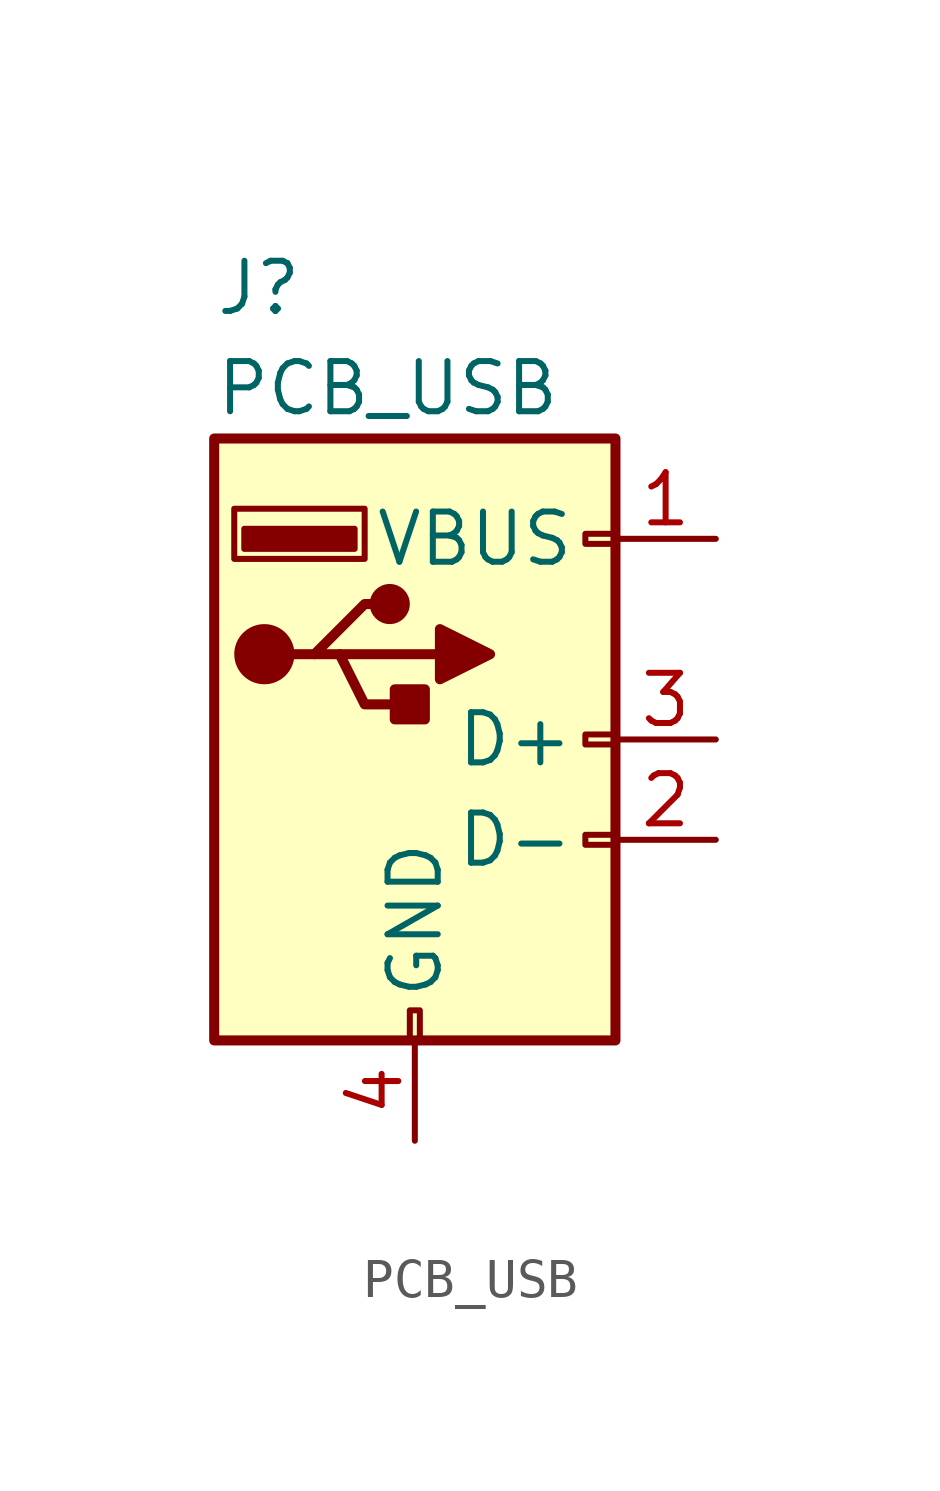
<source format=kicad_sym>
(kicad_symbol_lib
  (version 20231120)
  (generator "kicad_symbol_editor")
  (generator_version "8.0")
  (symbol "PCB_USB"
    (pin_names
      (offset 1.016))
    (property "Reference" "J"
      (at -5.08 11.43 0)
      (effects (font (size 1.27 1.27)) (justify left)))
    (property "Value" "PCB_USB"
      (at -5.08 8.89 0)
      (effects (font (size 1.27 1.27)) (justify left)))
    (symbol "PCB_USB_0_1"
      (rectangle (start -5.08 7.62) (end 5.08 -7.62) (stroke (width 0.254) (type default)) (fill (type background)))
      (circle (center -3.81 2.159) (radius 0.635) (stroke (width 0.254) (type default)) (fill (type outline)))
      (rectangle (start -1.524 4.826) (end -4.318 5.334) (stroke (width 0) (type default)) (fill (type outline)))
      (rectangle (start -1.27 4.572) (end -4.572 5.842) (stroke (width 0) (type default)) (fill (type none)))
      (circle (center -0.635 3.429) (radius 0.381) (stroke (width 0.254) (type default)) (fill (type outline)))
      (rectangle (start -0.127 -7.62) (end 0.127 -6.858) (stroke (width 0) (type default)) (fill (type none)))
      (polyline (pts (xy -3.175 2.159) (xy -2.54 2.159) (xy -1.27 3.429) (xy -0.635 3.429)) (stroke (width 0.254) (type default)) (fill (type none)))
      (polyline (pts (xy -2.54 2.159) (xy -1.905 2.159) (xy -1.27 0.889) (xy 0 0.889)) (stroke (width 0.254) (type default)) (fill (type none)))
      (polyline (pts (xy 0.635 2.794) (xy 0.635 1.524) (xy 1.905 2.159) (xy 0.635 2.794)) (stroke (width 0.254) (type default)) (fill (type outline)))
      (rectangle (start 0.254 1.27) (end -0.508 0.508) (stroke (width 0.254) (type default)) (fill (type outline)))
      (rectangle (start 5.08 -2.667) (end 4.318 -2.413) (stroke (width 0) (type default)) (fill (type none)))
      (rectangle (start 5.08 -0.127) (end 4.318 0.127) (stroke (width 0) (type default)) (fill (type none)))
      (rectangle (start 5.08 4.953) (end 4.318 5.207) (stroke (width 0) (type default)) (fill (type none))))
    (symbol "PCB_USB_1_1"
      (polyline (pts (xy -1.905 2.159) (xy 0.635 2.159)) (stroke (width 0.254) (type default)) (fill (type none)))
      (pin power_in line (at 7.62 5.08 180) (length 2.54) (name "VBUS" (effects (font (size 1.27 1.27)))) (number "1" (effects (font (size 1.27 1.27)))))
      (pin bidirectional line (at 7.62 -2.54 180) (length 2.54) (name "D-" (effects (font (size 1.27 1.27)))) (number "2" (effects (font (size 1.27 1.27)))))
      (pin bidirectional line (at 7.62 0 180) (length 2.54) (name "D+" (effects (font (size 1.27 1.27)))) (number "3" (effects (font (size 1.27 1.27)))))
      (pin power_in line (at 0 -10.16 90) (length 2.54) (name "GND" (effects (font (size 1.27 1.27)))) (number "4" (effects (font (size 1.27 1.27))))))))
</source>
